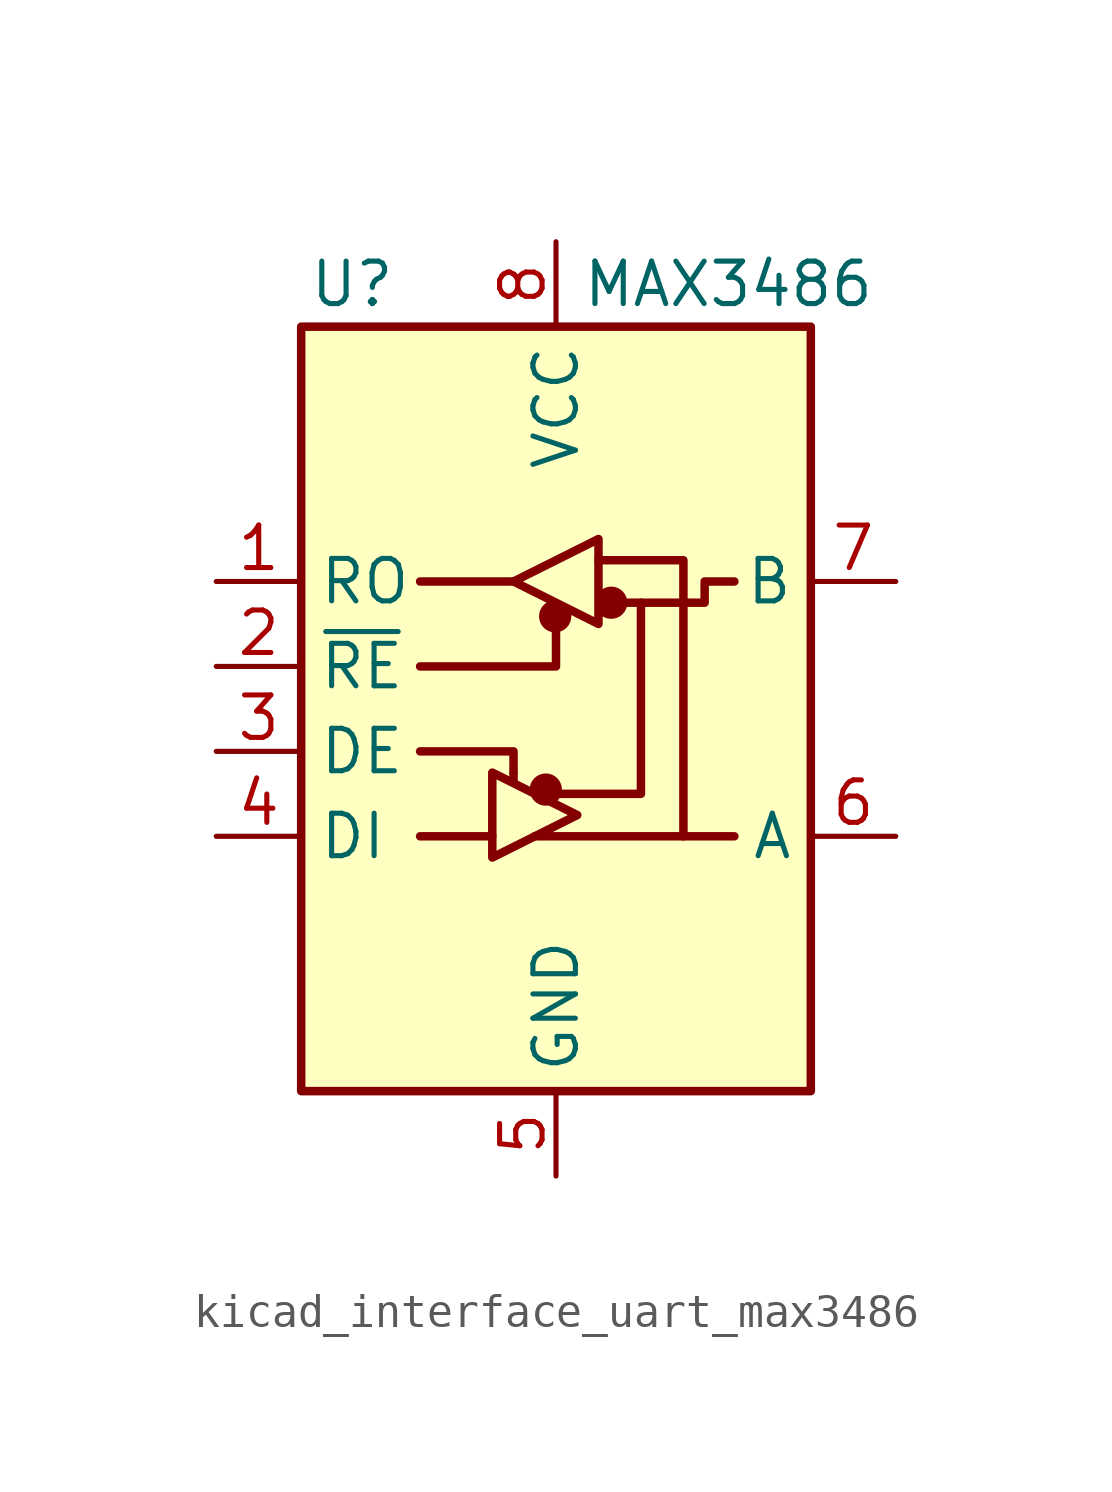
<source format=kicad_sym>
(kicad_symbol_lib
  (version 20220914)
  (generator kicad_symbol_editor)
  (symbol "kicad_interface_uart_max3486"
    (property "Reference" "U"
      (at -6.096 11.43 0)
      (effects (font (size 1.27 1.27))))
    (property "Value" "MAX3486"
      (at 0.762 11.43 0)
      (effects (font (size 1.27 1.27)) (justify left)))
    (symbol "kicad_interface_uart_max3486_0_1"
      (rectangle (start -7.62 10.16) (end 7.62 -12.7) (stroke (width 0.254) (type default)) (fill (type background)))
      (circle (center -0.305 -3.683) (radius 0.356) (stroke (width 0.254) (type default)) (fill (type outline)))
      (circle (center -0.025 1.499) (radius 0.356) (stroke (width 0.254) (type default)) (fill (type outline)))
      (polyline (pts (xy -4.064 -5.08) (xy -1.905 -5.08)) (stroke (width 0.254) (type default)) (fill (type none)))
      (polyline (pts (xy -4.064 2.54) (xy -1.27 2.54)) (stroke (width 0.254) (type default)) (fill (type none)))
      (polyline (pts (xy -1.27 -3.2) (xy -1.27 -3.454)) (stroke (width 0.254) (type default)) (fill (type none)))
      (polyline (pts (xy -0.635 -5.08) (xy 5.334 -5.08)) (stroke (width 0.254) (type default)) (fill (type none)))
      (polyline (pts (xy -4.064 -2.54) (xy -1.27 -2.54) (xy -1.27 -3.175)) (stroke (width 0.254) (type default)) (fill (type none)))
      (polyline (pts (xy 0 1.27) (xy 0 0) (xy -4.064 0)) (stroke (width 0.254) (type default)) (fill (type none)))
      (polyline (pts (xy 1.27 3.175) (xy 3.81 3.175) (xy 3.81 -5.08)) (stroke (width 0.254) (type default)) (fill (type none)))
      (polyline (pts (xy 2.54 1.905) (xy 2.54 -3.81) (xy 0 -3.81)) (stroke (width 0.254) (type default)) (fill (type none)))
      (polyline (pts (xy -1.905 -3.175) (xy -1.905 -5.715) (xy 0.635 -4.445) (xy -1.905 -3.175)) (stroke (width 0.254) (type default)) (fill (type none)))
      (polyline (pts (xy -1.27 2.54) (xy 1.27 3.81) (xy 1.27 1.27) (xy -1.27 2.54)) (stroke (width 0.254) (type default)) (fill (type none)))
      (polyline (pts (xy 1.905 1.905) (xy 4.445 1.905) (xy 4.445 2.54) (xy 5.334 2.54)) (stroke (width 0.254) (type default)) (fill (type none)))
      (rectangle (start 1.27 3.175) (end 1.27 3.175) (stroke (width 0) (type default)) (fill (type none)))
      (circle (center 1.651 1.905) (radius 0.356) (stroke (width 0.254) (type default)) (fill (type outline))))
    (symbol "kicad_interface_uart_max3486_1_1"
      (pin output line (at -10.16 2.54 0) (length 2.54) (name "RO" (effects (font (size 1.27 1.27)))) (number "1" (effects (font (size 1.27 1.27)))))
      (pin input line (at -10.16 0 0) (length 2.54) (name "~{RE}" (effects (font (size 1.27 1.27)))) (number "2" (effects (font (size 1.27 1.27)))))
      (pin input line (at -10.16 -2.54 0) (length 2.54) (name "DE" (effects (font (size 1.27 1.27)))) (number "3" (effects (font (size 1.27 1.27)))))
      (pin input line (at -10.16 -5.08 0) (length 2.54) (name "DI" (effects (font (size 1.27 1.27)))) (number "4" (effects (font (size 1.27 1.27)))))
      (pin power_in line (at 0 -15.24 90) (length 2.54) (name "GND" (effects (font (size 1.27 1.27)))) (number "5" (effects (font (size 1.27 1.27)))))
      (pin bidirectional line (at 10.16 -5.08 180) (length 2.54) (name "A" (effects (font (size 1.27 1.27)))) (number "6" (effects (font (size 1.27 1.27)))))
      (pin bidirectional line (at 10.16 2.54 180) (length 2.54) (name "B" (effects (font (size 1.27 1.27)))) (number "7" (effects (font (size 1.27 1.27)))))
      (pin power_in line (at 0 12.7 270) (length 2.54) (name "VCC" (effects (font (size 1.27 1.27)))) (number "8" (effects (font (size 1.27 1.27))))))))
</source>
